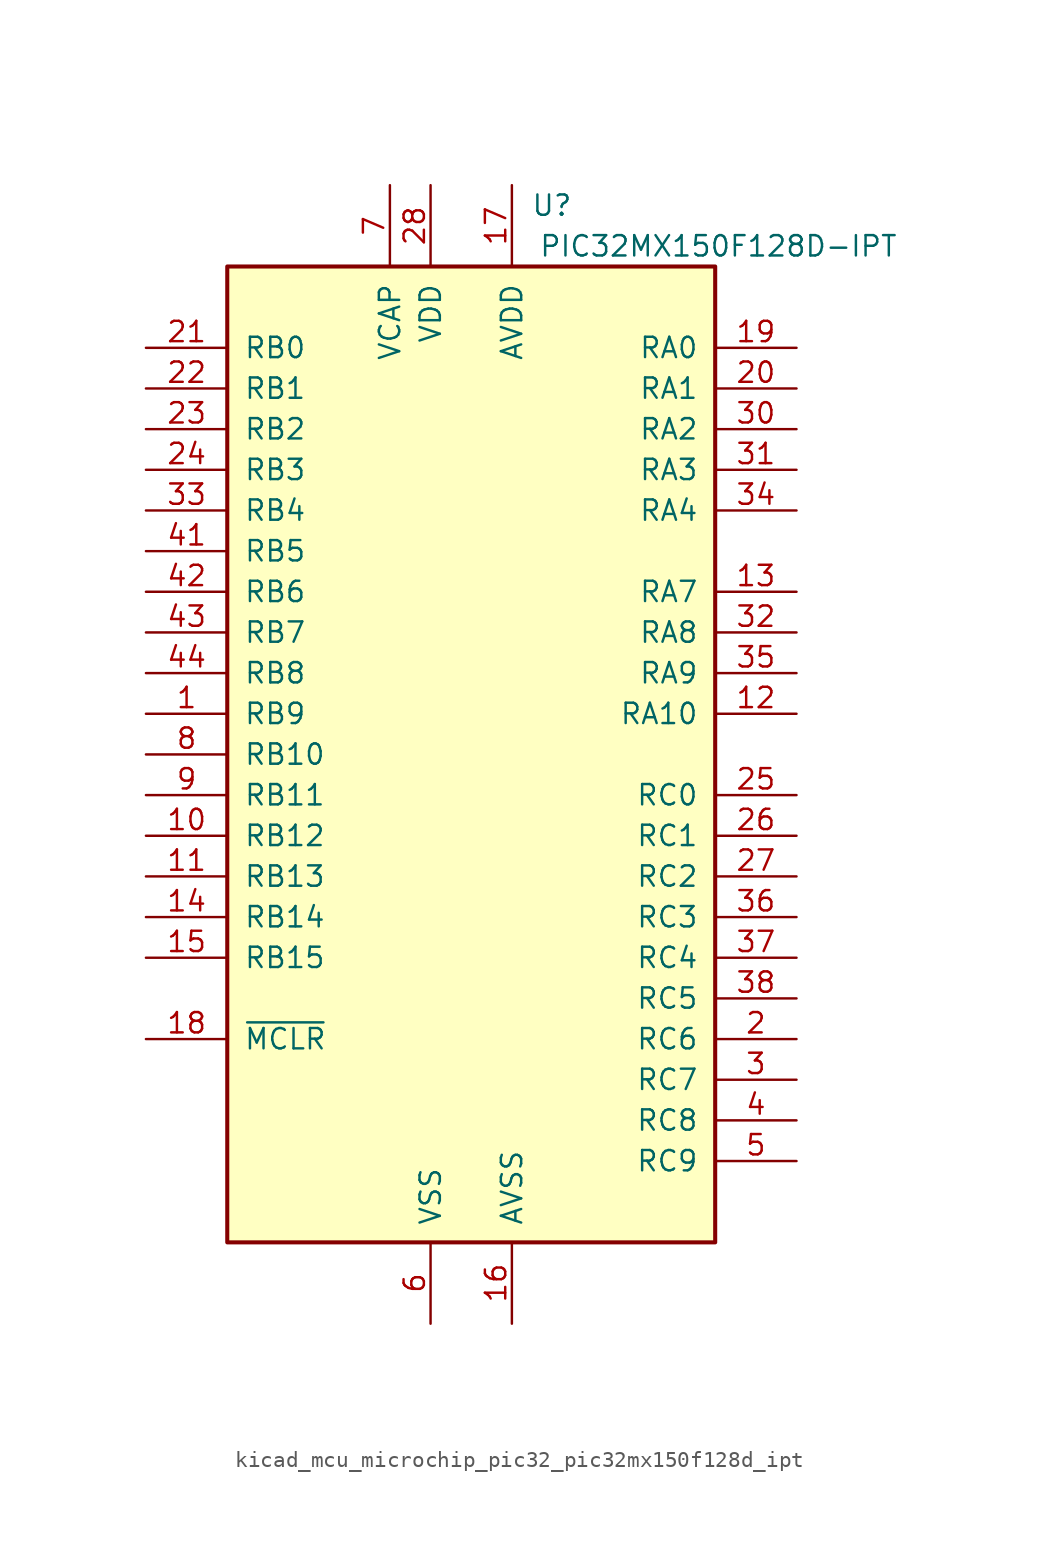
<source format=kicad_sym>
(kicad_symbol_lib
  (version 20220914)
  (generator kicad_symbol_editor)
  (symbol "kicad_mcu_microchip_pic32_pic32mx150f128d_ipt"
    (pin_names
      (offset 1.016))
    (property "Reference" "U"
      (at 6.35 34.29 0)
      (effects (font (size 1.27 1.27)) (justify right)))
    (property "Value" "PIC32MX150F128D-IPT"
      (at 26.67 31.75 0)
      (effects (font (size 1.27 1.27)) (justify right)))
    (symbol "kicad_mcu_microchip_pic32_pic32mx150f128d_ipt_0_1"
      (rectangle (start -15.24 30.48) (end 15.24 -30.48) (stroke (width 0.254) (type default)) (fill (type background))))
    (symbol "kicad_mcu_microchip_pic32_pic32mx150f128d_ipt_1_1"
      (pin bidirectional line (at -20.32 2.54 0) (length 5.08) (name "RB9" (effects (font (size 1.27 1.27)))) (number "1" (effects (font (size 1.27 1.27)))))
      (pin bidirectional line (at -20.32 -5.08 0) (length 5.08) (name "RB12" (effects (font (size 1.27 1.27)))) (number "10" (effects (font (size 1.27 1.27)))))
      (pin bidirectional line (at -20.32 -7.62 0) (length 5.08) (name "RB13" (effects (font (size 1.27 1.27)))) (number "11" (effects (font (size 1.27 1.27)))))
      (pin bidirectional line (at 20.32 2.54 180) (length 5.08) (name "RA10" (effects (font (size 1.27 1.27)))) (number "12" (effects (font (size 1.27 1.27)))))
      (pin bidirectional line (at 20.32 10.16 180) (length 5.08) (name "RA7" (effects (font (size 1.27 1.27)))) (number "13" (effects (font (size 1.27 1.27)))))
      (pin bidirectional line (at -20.32 -10.16 0) (length 5.08) (name "RB14" (effects (font (size 1.27 1.27)))) (number "14" (effects (font (size 1.27 1.27)))))
      (pin bidirectional line (at -20.32 -12.7 0) (length 5.08) (name "RB15" (effects (font (size 1.27 1.27)))) (number "15" (effects (font (size 1.27 1.27)))))
      (pin power_in line (at 2.54 -35.56 90) (length 5.08) (name "AVSS" (effects (font (size 1.27 1.27)))) (number "16" (effects (font (size 1.27 1.27)))))
      (pin power_in line (at 2.54 35.56 270) (length 5.08) (name "AVDD" (effects (font (size 1.27 1.27)))) (number "17" (effects (font (size 1.27 1.27)))))
      (pin input line (at -20.32 -17.78 0) (length 5.08) (name "~{MCLR}" (effects (font (size 1.27 1.27)))) (number "18" (effects (font (size 1.27 1.27)))))
      (pin input line (at 20.32 25.4 180) (length 5.08) (name "RA0" (effects (font (size 1.27 1.27)))) (number "19" (effects (font (size 1.27 1.27)))))
      (pin bidirectional line (at 20.32 -17.78 180) (length 5.08) (name "RC6" (effects (font (size 1.27 1.27)))) (number "2" (effects (font (size 1.27 1.27)))))
      (pin input line (at 20.32 22.86 180) (length 5.08) (name "RA1" (effects (font (size 1.27 1.27)))) (number "20" (effects (font (size 1.27 1.27)))))
      (pin input line (at -20.32 25.4 0) (length 5.08) (name "RB0" (effects (font (size 1.27 1.27)))) (number "21" (effects (font (size 1.27 1.27)))))
      (pin input line (at -20.32 22.86 0) (length 5.08) (name "RB1" (effects (font (size 1.27 1.27)))) (number "22" (effects (font (size 1.27 1.27)))))
      (pin input line (at -20.32 20.32 0) (length 5.08) (name "RB2" (effects (font (size 1.27 1.27)))) (number "23" (effects (font (size 1.27 1.27)))))
      (pin input line (at -20.32 17.78 0) (length 5.08) (name "RB3" (effects (font (size 1.27 1.27)))) (number "24" (effects (font (size 1.27 1.27)))))
      (pin input line (at 20.32 -2.54 180) (length 5.08) (name "RC0" (effects (font (size 1.27 1.27)))) (number "25" (effects (font (size 1.27 1.27)))))
      (pin input line (at 20.32 -5.08 180) (length 5.08) (name "RC1" (effects (font (size 1.27 1.27)))) (number "26" (effects (font (size 1.27 1.27)))))
      (pin input line (at 20.32 -7.62 180) (length 5.08) (name "RC2" (effects (font (size 1.27 1.27)))) (number "27" (effects (font (size 1.27 1.27)))))
      (pin power_in line (at -2.54 35.56 270) (length 5.08) (name "VDD" (effects (font (size 1.27 1.27)))) (number "28" (effects (font (size 1.27 1.27)))))
      (pin passive line (at -2.54 -35.56 90) (length 5.08) hide (name "VSS" (effects (font (size 1.27 1.27)))) (number "29" (effects (font (size 1.27 1.27)))))
      (pin bidirectional line (at 20.32 -20.32 180) (length 5.08) (name "RC7" (effects (font (size 1.27 1.27)))) (number "3" (effects (font (size 1.27 1.27)))))
      (pin input line (at 20.32 20.32 180) (length 5.08) (name "RA2" (effects (font (size 1.27 1.27)))) (number "30" (effects (font (size 1.27 1.27)))))
      (pin input line (at 20.32 17.78 180) (length 5.08) (name "RA3" (effects (font (size 1.27 1.27)))) (number "31" (effects (font (size 1.27 1.27)))))
      (pin input line (at 20.32 7.62 180) (length 5.08) (name "RA8" (effects (font (size 1.27 1.27)))) (number "32" (effects (font (size 1.27 1.27)))))
      (pin input line (at -20.32 15.24 0) (length 5.08) (name "RB4" (effects (font (size 1.27 1.27)))) (number "33" (effects (font (size 1.27 1.27)))))
      (pin input line (at 20.32 15.24 180) (length 5.08) (name "RA4" (effects (font (size 1.27 1.27)))) (number "34" (effects (font (size 1.27 1.27)))))
      (pin input line (at 20.32 5.08 180) (length 5.08) (name "RA9" (effects (font (size 1.27 1.27)))) (number "35" (effects (font (size 1.27 1.27)))))
      (pin input line (at 20.32 -10.16 180) (length 5.08) (name "RC3" (effects (font (size 1.27 1.27)))) (number "36" (effects (font (size 1.27 1.27)))))
      (pin input line (at 20.32 -12.7 180) (length 5.08) (name "RC4" (effects (font (size 1.27 1.27)))) (number "37" (effects (font (size 1.27 1.27)))))
      (pin input line (at 20.32 -15.24 180) (length 5.08) (name "RC5" (effects (font (size 1.27 1.27)))) (number "38" (effects (font (size 1.27 1.27)))))
      (pin passive line (at -2.54 -35.56 90) (length 5.08) hide (name "VSS" (effects (font (size 1.27 1.27)))) (number "39" (effects (font (size 1.27 1.27)))))
      (pin bidirectional line (at 20.32 -22.86 180) (length 5.08) (name "RC8" (effects (font (size 1.27 1.27)))) (number "4" (effects (font (size 1.27 1.27)))))
      (pin passive line (at -2.54 35.56 270) (length 5.08) hide (name "VDD" (effects (font (size 1.27 1.27)))) (number "40" (effects (font (size 1.27 1.27)))))
      (pin input line (at -20.32 12.7 0) (length 5.08) (name "RB5" (effects (font (size 1.27 1.27)))) (number "41" (effects (font (size 1.27 1.27)))))
      (pin input line (at -20.32 10.16 0) (length 5.08) (name "RB6" (effects (font (size 1.27 1.27)))) (number "42" (effects (font (size 1.27 1.27)))))
      (pin input line (at -20.32 7.62 0) (length 5.08) (name "RB7" (effects (font (size 1.27 1.27)))) (number "43" (effects (font (size 1.27 1.27)))))
      (pin input line (at -20.32 5.08 0) (length 5.08) (name "RB8" (effects (font (size 1.27 1.27)))) (number "44" (effects (font (size 1.27 1.27)))))
      (pin bidirectional line (at 20.32 -25.4 180) (length 5.08) (name "RC9" (effects (font (size 1.27 1.27)))) (number "5" (effects (font (size 1.27 1.27)))))
      (pin power_in line (at -2.54 -35.56 90) (length 5.08) (name "VSS" (effects (font (size 1.27 1.27)))) (number "6" (effects (font (size 1.27 1.27)))))
      (pin power_in line (at -5.08 35.56 270) (length 5.08) (name "VCAP" (effects (font (size 1.27 1.27)))) (number "7" (effects (font (size 1.27 1.27)))))
      (pin bidirectional line (at -20.32 0 0) (length 5.08) (name "RB10" (effects (font (size 1.27 1.27)))) (number "8" (effects (font (size 1.27 1.27)))))
      (pin bidirectional line (at -20.32 -2.54 0) (length 5.08) (name "RB11" (effects (font (size 1.27 1.27)))) (number "9" (effects (font (size 1.27 1.27))))))))
</source>
